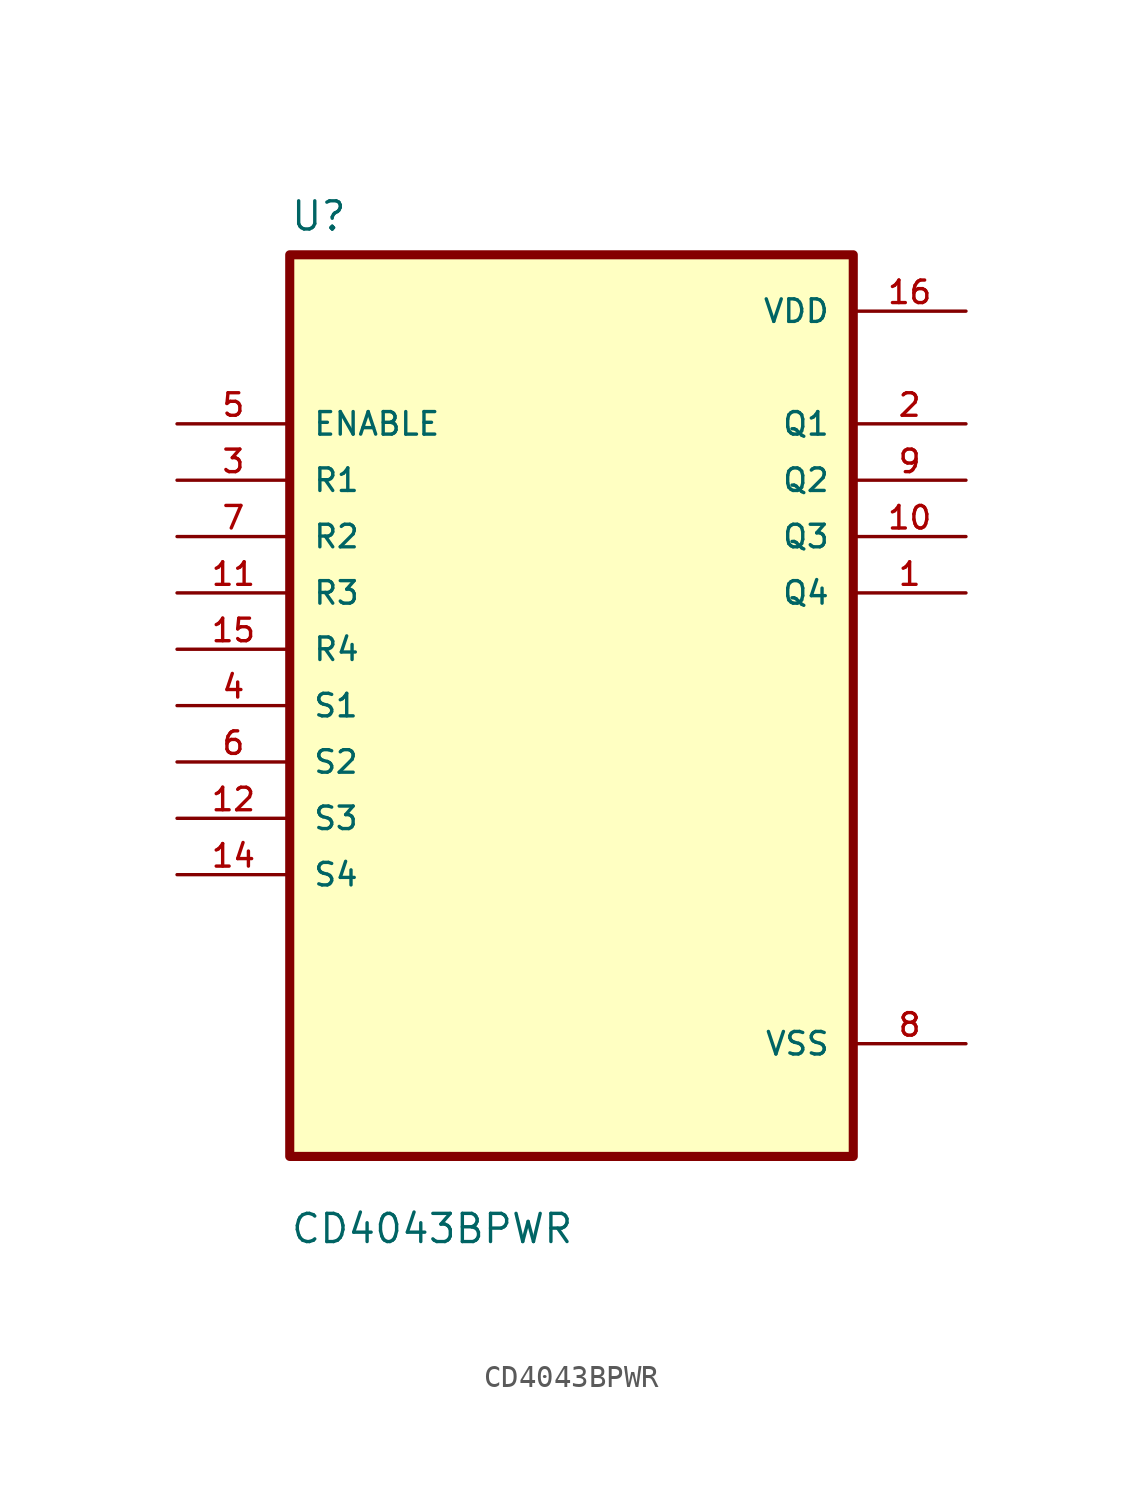
<source format=kicad_sym>
(kicad_symbol_lib
  (version 20211014)
  (generator kicad_symbol_editor)
  (symbol "CD4043BPWR"
    (pin_names
      (offset 1.016))
    (property "Reference" "U"
      (at -12.7 21.32 0.0)
      (effects (font (size 1.27 1.27)) (justify bottom left)))
    (property "Value" "CD4043BPWR"
      (at -12.7 -24.32 0.0)
      (effects (font (size 1.27 1.27)) (justify bottom left)))
    (symbol "CD4043BPWR_0_0"
      (rectangle (start -12.7 -20.32) (end 12.7 20.32) (stroke (width 0.41)) (fill (type background)))
      (pin input line (at -17.78 12.7 0) (length 5.08) (name "ENABLE" (effects (font (size 1.016 1.016)))) (number "5" (effects (font (size 1.016 1.016)))))
      (pin input line (at -17.78 10.16 0) (length 5.08) (name "R1" (effects (font (size 1.016 1.016)))) (number "3" (effects (font (size 1.016 1.016)))))
      (pin input line (at -17.78 7.62 0) (length 5.08) (name "R2" (effects (font (size 1.016 1.016)))) (number "7" (effects (font (size 1.016 1.016)))))
      (pin input line (at -17.78 5.08 0) (length 5.08) (name "R3" (effects (font (size 1.016 1.016)))) (number "11" (effects (font (size 1.016 1.016)))))
      (pin input line (at -17.78 2.54 0) (length 5.08) (name "R4" (effects (font (size 1.016 1.016)))) (number "15" (effects (font (size 1.016 1.016)))))
      (pin input line (at -17.78 0.0 0) (length 5.08) (name "S1" (effects (font (size 1.016 1.016)))) (number "4" (effects (font (size 1.016 1.016)))))
      (pin input line (at -17.78 -2.54 0) (length 5.08) (name "S2" (effects (font (size 1.016 1.016)))) (number "6" (effects (font (size 1.016 1.016)))))
      (pin input line (at -17.78 -5.08 0) (length 5.08) (name "S3" (effects (font (size 1.016 1.016)))) (number "12" (effects (font (size 1.016 1.016)))))
      (pin input line (at -17.78 -7.62 0) (length 5.08) (name "S4" (effects (font (size 1.016 1.016)))) (number "14" (effects (font (size 1.016 1.016)))))
      (pin power_in line (at 17.78 17.78 180.0) (length 5.08) (name "VDD" (effects (font (size 1.016 1.016)))) (number "16" (effects (font (size 1.016 1.016)))))
      (pin output line (at 17.78 12.7 180.0) (length 5.08) (name "Q1" (effects (font (size 1.016 1.016)))) (number "2" (effects (font (size 1.016 1.016)))))
      (pin output line (at 17.78 10.16 180.0) (length 5.08) (name "Q2" (effects (font (size 1.016 1.016)))) (number "9" (effects (font (size 1.016 1.016)))))
      (pin output line (at 17.78 7.62 180.0) (length 5.08) (name "Q3" (effects (font (size 1.016 1.016)))) (number "10" (effects (font (size 1.016 1.016)))))
      (pin output line (at 17.78 5.08 180.0) (length 5.08) (name "Q4" (effects (font (size 1.016 1.016)))) (number "1" (effects (font (size 1.016 1.016)))))
      (pin power_in line (at 17.78 -15.24 180.0) (length 5.08) (name "VSS" (effects (font (size 1.016 1.016)))) (number "8" (effects (font (size 1.016 1.016))))))))
</source>
